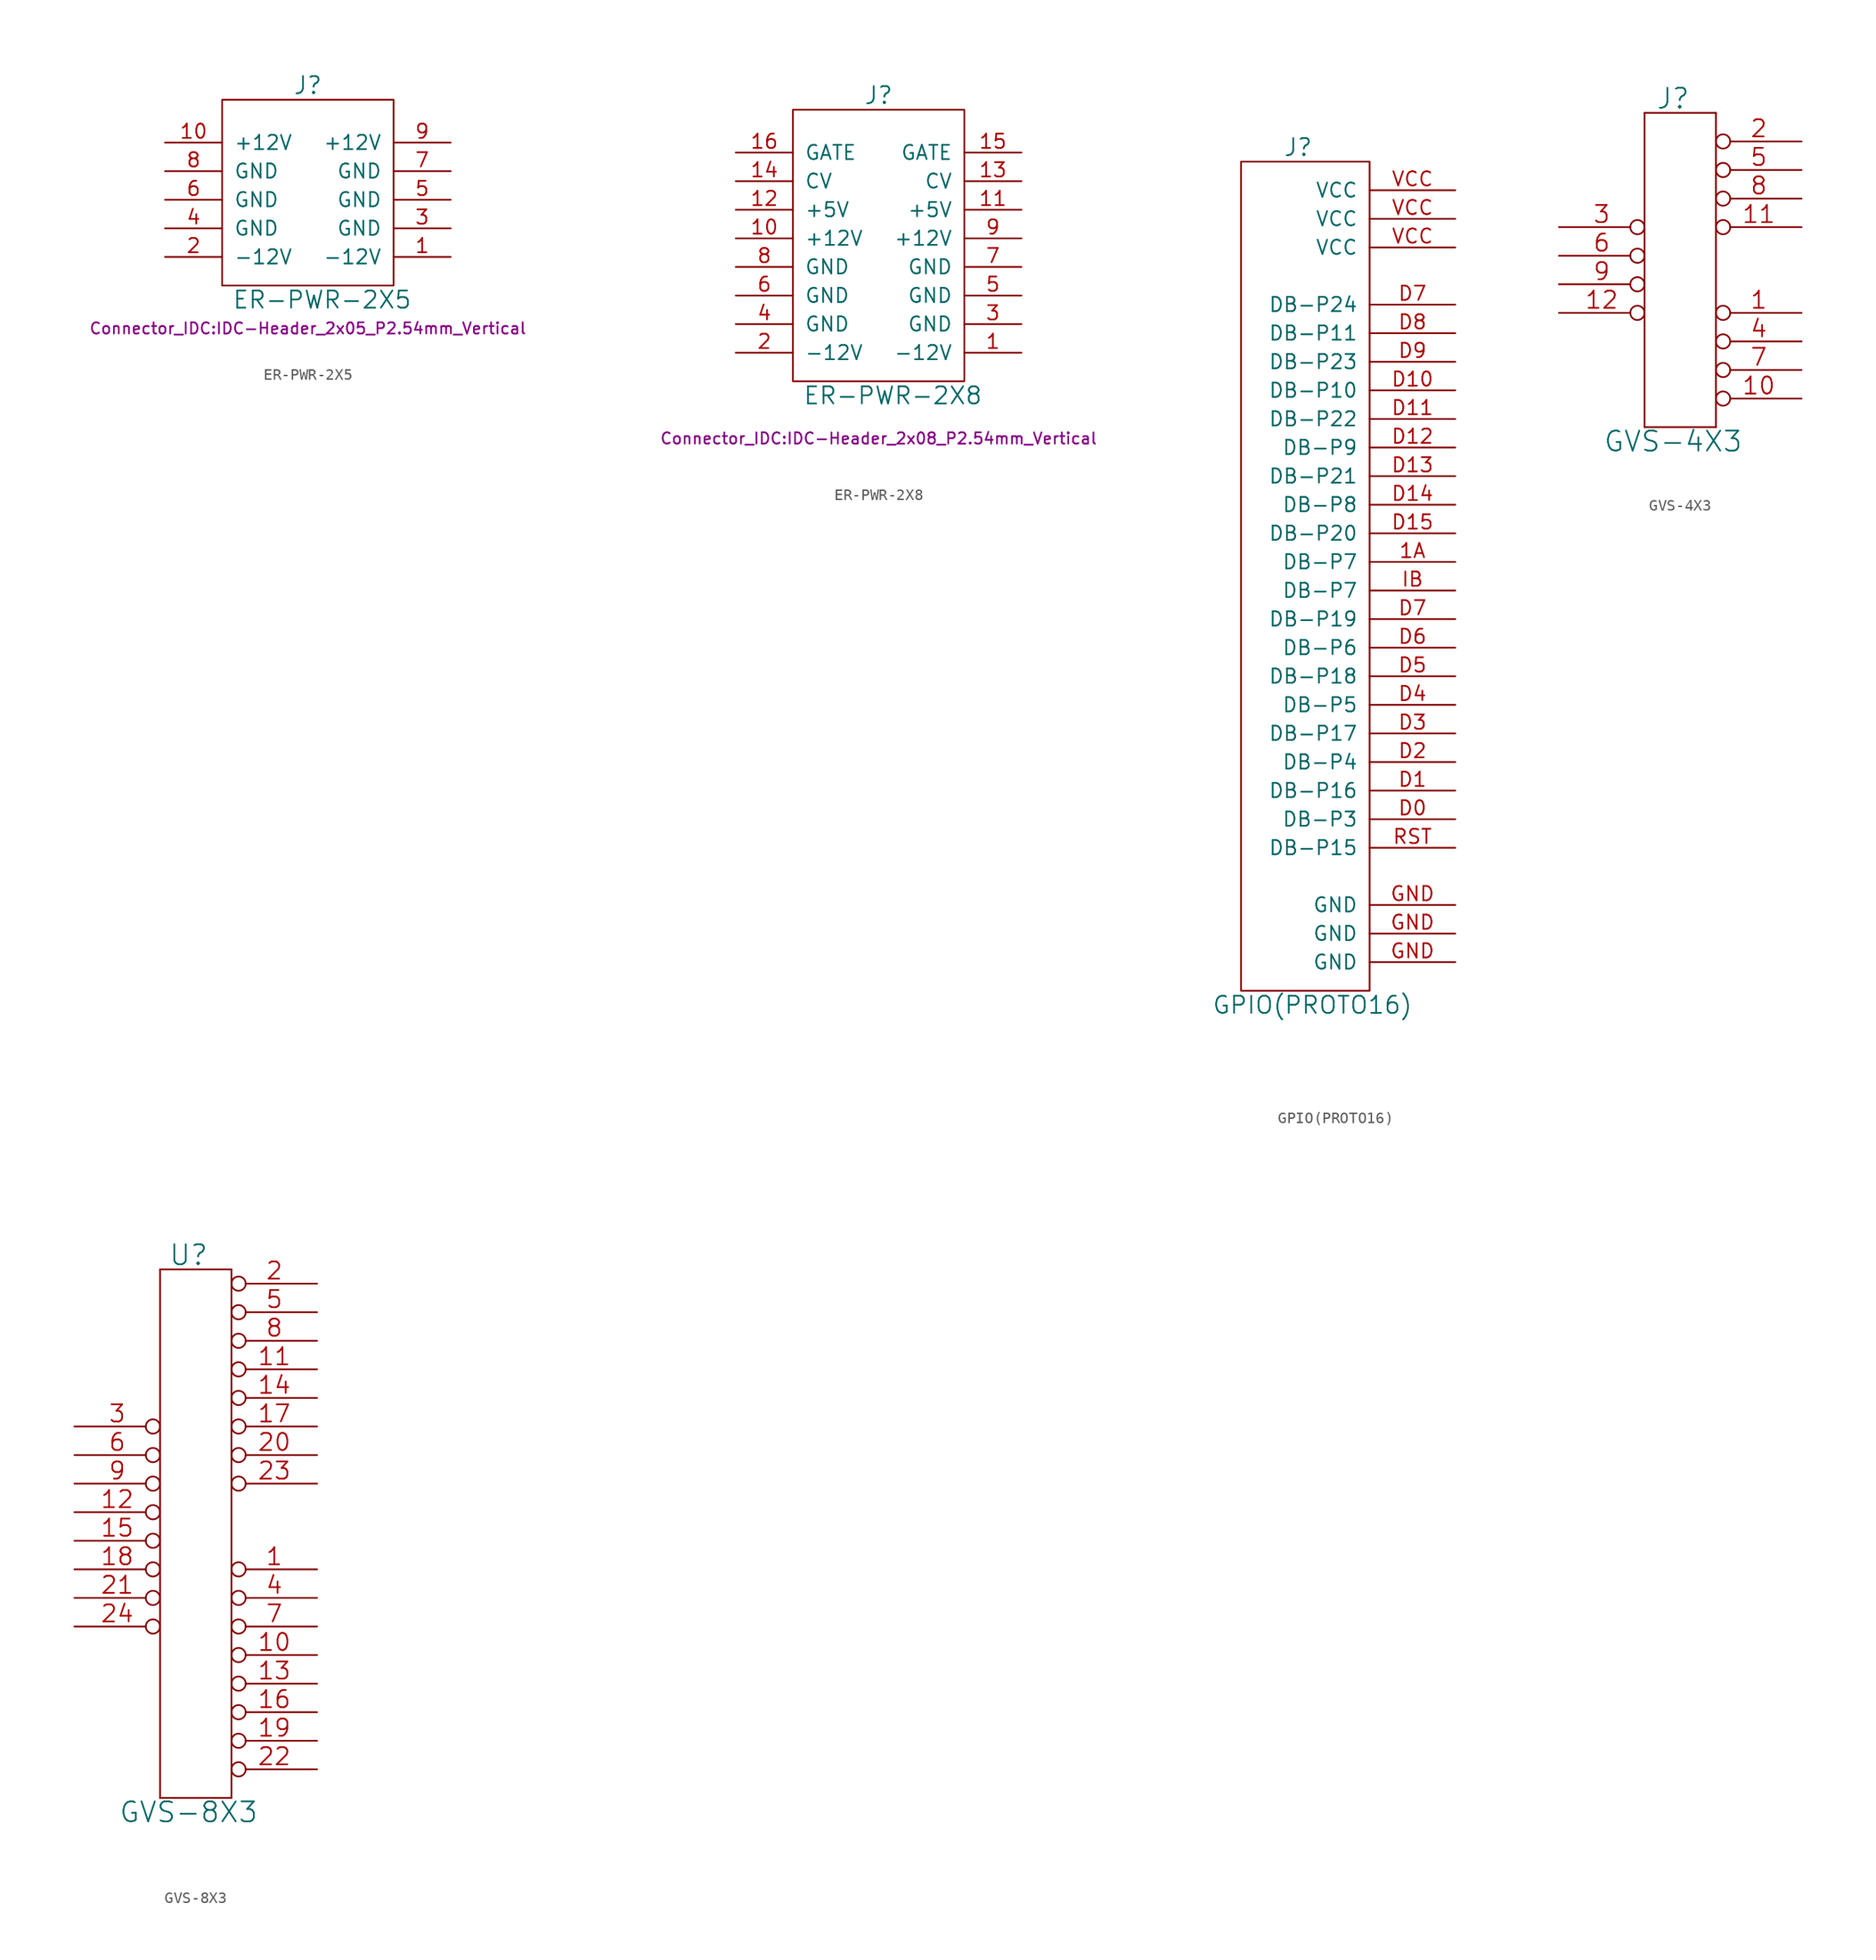
<source format=kicad_sym>
(kicad_symbol_lib
  (version 20211014)
  (generator kicad_symbol_editor)
  (symbol "ER-PWR-2X5"
    (pin_names
      (offset 1.016))
    (property "Reference" "J"
      (at 0 10.16 0)
      (effects (font (size 1.524 1.524))))
    (property "Value" "ER-PWR-2X5"
      (at 1.27 -8.89 0)
      (effects (font (size 1.524 1.524))))
    (property "Footprint" "Connector_IDC:IDC-Header_2x05_P2.54mm_Vertical"
      (at 0 -11.43 0)
      (effects (font (size 1 1))))
    (property "Datasheet" ""
      (at 1.27 -5.08 0)
      (effects (font (size 1.524 1.524))))
    (symbol "ER-PWR-2X5_0_1"
      (rectangle (start -7.62 8.89) (end 7.62 -7.62) (stroke (width 0) (type default) (color 0 0 0 0)) (fill (type none))))
    (symbol "ER-PWR-2X5_1_1"
      (pin power_out line (at 12.7 -5.08 180) (length 5.08) (name "-12V" (effects (font (size 1.27 1.27)))) (number "1" (effects (font (size 1.27 1.27)))))
      (pin power_out line (at -12.7 5.08 0) (length 5.08) (name "+12V" (effects (font (size 1.27 1.27)))) (number "10" (effects (font (size 1.27 1.27)))))
      (pin power_out line (at -12.7 -5.08 0) (length 5.08) (name "-12V" (effects (font (size 1.27 1.27)))) (number "2" (effects (font (size 1.27 1.27)))))
      (pin power_in line (at 12.7 -2.54 180) (length 5.08) (name "GND" (effects (font (size 1.27 1.27)))) (number "3" (effects (font (size 1.27 1.27)))))
      (pin power_out line (at -12.7 -2.54 0) (length 5.08) (name "GND" (effects (font (size 1.27 1.27)))) (number "4" (effects (font (size 1.27 1.27)))))
      (pin power_out line (at 12.7 0 180) (length 5.08) (name "GND" (effects (font (size 1.27 1.27)))) (number "5" (effects (font (size 1.27 1.27)))))
      (pin power_out line (at -12.7 0 0) (length 5.08) (name "GND" (effects (font (size 1.27 1.27)))) (number "6" (effects (font (size 1.27 1.27)))))
      (pin power_out line (at 12.7 2.54 180) (length 5.08) (name "GND" (effects (font (size 1.27 1.27)))) (number "7" (effects (font (size 1.27 1.27)))))
      (pin power_out line (at -12.7 2.54 0) (length 5.08) (name "GND" (effects (font (size 1.27 1.27)))) (number "8" (effects (font (size 1.27 1.27)))))
      (pin power_out line (at 12.7 5.08 180) (length 5.08) (name "+12V" (effects (font (size 1.27 1.27)))) (number "9" (effects (font (size 1.27 1.27)))))))
  (symbol "ER-PWR-2X8"
    (pin_names
      (offset 1.016))
    (property "Reference" "J"
      (at 0 13.97 0)
      (effects (font (size 1.524 1.524))))
    (property "Value" "ER-PWR-2X8"
      (at 1.27 -12.7 0)
      (effects (font (size 1.524 1.524))))
    (property "Footprint" "Connector_IDC:IDC-Header_2x08_P2.54mm_Vertical"
      (at 0 -16.51 0)
      (effects (font (size 1 1))))
    (property "Datasheet" ""
      (at 1.27 -8.89 0)
      (effects (font (size 1.524 1.524))))
    (symbol "ER-PWR-2X8_0_1"
      (rectangle (start -7.62 12.7) (end 7.62 -11.43) (stroke (width 0) (type default) (color 0 0 0 0)) (fill (type none))))
    (symbol "ER-PWR-2X8_1_1"
      (pin power_out line (at 12.7 -8.89 180) (length 5.08) (name "-12V" (effects (font (size 1.27 1.27)))) (number "1" (effects (font (size 1.27 1.27)))))
      (pin power_out line (at -12.7 1.27 0) (length 5.08) (name "+12V" (effects (font (size 1.27 1.27)))) (number "10" (effects (font (size 1.27 1.27)))))
      (pin power_out line (at 12.7 3.81 180) (length 5.08) (name "+5V" (effects (font (size 1.27 1.27)))) (number "11" (effects (font (size 1.27 1.27)))))
      (pin power_out line (at -12.7 3.81 0) (length 5.08) (name "+5V" (effects (font (size 1.27 1.27)))) (number "12" (effects (font (size 1.27 1.27)))))
      (pin bidirectional line (at 12.7 6.35 180) (length 5.08) (name "CV" (effects (font (size 1.27 1.27)))) (number "13" (effects (font (size 1.27 1.27)))))
      (pin bidirectional line (at -12.7 6.35 0) (length 5.08) (name "CV" (effects (font (size 1.27 1.27)))) (number "14" (effects (font (size 1.27 1.27)))))
      (pin bidirectional line (at 12.7 8.89 180) (length 5.08) (name "GATE" (effects (font (size 1.27 1.27)))) (number "15" (effects (font (size 1.27 1.27)))))
      (pin bidirectional line (at -12.7 8.89 0) (length 5.08) (name "GATE" (effects (font (size 1.27 1.27)))) (number "16" (effects (font (size 1.27 1.27)))))
      (pin power_out line (at -12.7 -8.89 0) (length 5.08) (name "-12V" (effects (font (size 1.27 1.27)))) (number "2" (effects (font (size 1.27 1.27)))))
      (pin power_in line (at 12.7 -6.35 180) (length 5.08) (name "GND" (effects (font (size 1.27 1.27)))) (number "3" (effects (font (size 1.27 1.27)))))
      (pin power_out line (at -12.7 -6.35 0) (length 5.08) (name "GND" (effects (font (size 1.27 1.27)))) (number "4" (effects (font (size 1.27 1.27)))))
      (pin power_out line (at 12.7 -3.81 180) (length 5.08) (name "GND" (effects (font (size 1.27 1.27)))) (number "5" (effects (font (size 1.27 1.27)))))
      (pin power_out line (at -12.7 -3.81 0) (length 5.08) (name "GND" (effects (font (size 1.27 1.27)))) (number "6" (effects (font (size 1.27 1.27)))))
      (pin power_out line (at 12.7 -1.27 180) (length 5.08) (name "GND" (effects (font (size 1.27 1.27)))) (number "7" (effects (font (size 1.27 1.27)))))
      (pin power_out line (at -12.7 -1.27 0) (length 5.08) (name "GND" (effects (font (size 1.27 1.27)))) (number "8" (effects (font (size 1.27 1.27)))))
      (pin power_out line (at 12.7 1.27 180) (length 5.08) (name "+12V" (effects (font (size 1.27 1.27)))) (number "9" (effects (font (size 1.27 1.27)))))))
  (symbol "GPIO(PROTO16)"
    (pin_names
      (offset 1.016))
    (property "Reference" "J"
      (at -1.27 38.1 0)
      (effects (font (size 1.524 1.524))))
    (property "Value" "GPIO(PROTO16)"
      (at 0 -38.1 0)
      (effects (font (size 1.524 1.524))))
    (property "Footprint" ""
      (at -1.27 -21.59 0)
      (effects (font (size 1.524 1.524))))
    (property "Datasheet" ""
      (at -1.27 -21.59 0)
      (effects (font (size 1.524 1.524))))
    (symbol "GPIO(PROTO16)_0_1"
      (rectangle (start -6.35 -36.83) (end 5.08 36.83) (stroke (width 0) (type default) (color 0 0 0 0)) (fill (type none))))
    (symbol "GPIO(PROTO16)_1_1"
      (pin input line (at 12.7 1.27 180) (length 7.62) (name "DB-P7" (effects (font (size 1.27 1.27)))) (number "1A" (effects (font (size 1.27 1.27)))))
      (pin power_out line (at 12.7 -21.59 180) (length 7.62) (name "DB-P3" (effects (font (size 1.27 1.27)))) (number "D0" (effects (font (size 1.27 1.27)))))
      (pin input line (at 12.7 -19.05 180) (length 7.62) (name "DB-P16" (effects (font (size 1.27 1.27)))) (number "D1" (effects (font (size 1.27 1.27)))))
      (pin input line (at 12.7 16.51 180) (length 7.62) (name "DB-P10" (effects (font (size 1.27 1.27)))) (number "D10" (effects (font (size 1.27 1.27)))))
      (pin bidirectional line (at 12.7 13.97 180) (length 7.62) (name "DB-P22" (effects (font (size 1.27 1.27)))) (number "D11" (effects (font (size 1.27 1.27)))))
      (pin input line (at 12.7 11.43 180) (length 7.62) (name "DB-P9" (effects (font (size 1.27 1.27)))) (number "D12" (effects (font (size 1.27 1.27)))))
      (pin input line (at 12.7 8.89 180) (length 7.62) (name "DB-P21" (effects (font (size 1.27 1.27)))) (number "D13" (effects (font (size 1.27 1.27)))))
      (pin input line (at 12.7 6.35 180) (length 7.62) (name "DB-P8" (effects (font (size 1.27 1.27)))) (number "D14" (effects (font (size 1.27 1.27)))))
      (pin input line (at 12.7 3.81 180) (length 7.62) (name "DB-P20" (effects (font (size 1.27 1.27)))) (number "D15" (effects (font (size 1.27 1.27)))))
      (pin power_out line (at 12.7 -16.51 180) (length 7.62) (name "DB-P4" (effects (font (size 1.27 1.27)))) (number "D2" (effects (font (size 1.27 1.27)))))
      (pin input line (at 12.7 -13.97 180) (length 7.62) (name "DB-P17" (effects (font (size 1.27 1.27)))) (number "D3" (effects (font (size 1.27 1.27)))))
      (pin power_out line (at 12.7 -11.43 180) (length 7.62) (name "DB-P5" (effects (font (size 1.27 1.27)))) (number "D4" (effects (font (size 1.27 1.27)))))
      (pin bidirectional line (at 12.7 -8.89 180) (length 7.62) (name "DB-P18" (effects (font (size 1.27 1.27)))) (number "D5" (effects (font (size 1.27 1.27)))))
      (pin power_out line (at 12.7 -6.35 180) (length 7.62) (name "DB-P6" (effects (font (size 1.27 1.27)))) (number "D6" (effects (font (size 1.27 1.27)))))
      (pin input line (at 12.7 -3.81 180) (length 7.62) (name "DB-P19" (effects (font (size 1.27 1.27)))) (number "D7" (effects (font (size 1.27 1.27)))))
      (pin input line (at 12.7 24.13 180) (length 7.62) (name "DB-P24" (effects (font (size 1.27 1.27)))) (number "D7" (effects (font (size 1.27 1.27)))))
      (pin input line (at 12.7 21.59 180) (length 7.62) (name "DB-P11" (effects (font (size 1.27 1.27)))) (number "D8" (effects (font (size 1.27 1.27)))))
      (pin input line (at 12.7 19.05 180) (length 7.62) (name "DB-P23" (effects (font (size 1.27 1.27)))) (number "D9" (effects (font (size 1.27 1.27)))))
      (pin input line (at 12.7 -34.29 180) (length 7.62) (name "GND" (effects (font (size 1.27 1.27)))) (number "GND" (effects (font (size 1.27 1.27)))))
      (pin input line (at 12.7 -31.75 180) (length 7.62) (name "GND" (effects (font (size 1.27 1.27)))) (number "GND" (effects (font (size 1.27 1.27)))))
      (pin input line (at 12.7 -29.21 180) (length 7.62) (name "GND" (effects (font (size 1.27 1.27)))) (number "GND" (effects (font (size 1.27 1.27)))))
      (pin input line (at 12.7 -1.27 180) (length 7.62) (name "DB-P7" (effects (font (size 1.27 1.27)))) (number "IB" (effects (font (size 1.27 1.27)))))
      (pin input line (at 12.7 -24.13 180) (length 7.62) (name "DB-P15" (effects (font (size 1.27 1.27)))) (number "RST" (effects (font (size 1.27 1.27)))))
      (pin input line (at 12.7 29.21 180) (length 7.62) (name "VCC" (effects (font (size 1.27 1.27)))) (number "VCC" (effects (font (size 1.27 1.27)))))
      (pin input line (at 12.7 31.75 180) (length 7.62) (name "VCC" (effects (font (size 1.27 1.27)))) (number "VCC" (effects (font (size 1.27 1.27)))))
      (pin input line (at 12.7 34.29 180) (length 7.62) (name "VCC" (effects (font (size 1.27 1.27)))) (number "VCC" (effects (font (size 1.27 1.27)))))))
  (symbol "GVS-4X3"
    (pin_names
      (offset 1.016) hide)
    (property "Reference" "J"
      (at 0 15.24 0)
      (effects (font (size 1.778 1.778))))
    (property "Value" "GVS-4X3"
      (at 0 -15.24 0)
      (effects (font (size 1.778 1.778))))
    (property "Footprint" ""
      (at -1.27 0 0)
      (effects (font (size 1.524 1.524))))
    (property "Datasheet" ""
      (at -1.27 0 0)
      (effects (font (size 1.524 1.524))))
    (symbol "GVS-4X3_0_1"
      (polyline (pts (xy -2.54 -13.97) (xy 3.81 -13.97)) (stroke (width 0) (type default) (color 0 0 0 0)) (fill (type none)))
      (polyline (pts (xy -2.54 13.97) (xy -2.54 -13.97)) (stroke (width 0) (type default) (color 0 0 0 0)) (fill (type none)))
      (polyline (pts (xy 3.81 -13.97) (xy 3.81 13.97)) (stroke (width 0) (type default) (color 0 0 0 0)) (fill (type none)))
      (polyline (pts (xy 3.81 13.97) (xy -2.54 13.97)) (stroke (width 0) (type default) (color 0 0 0 0)) (fill (type none))))
    (symbol "GVS-4X3_1_1"
      (pin passive inverted (at 11.43 -3.81 180) (length 7.62) (name "G" (effects (font (size 1.524 1.524)))) (number "1" (effects (font (size 1.524 1.524)))))
      (pin passive inverted (at 11.43 -11.43 180) (length 7.62) (name "10" (effects (font (size 1.524 1.524)))) (number "10" (effects (font (size 1.524 1.524)))))
      (pin passive inverted (at 11.43 3.81 180) (length 7.62) (name "11" (effects (font (size 1.524 1.524)))) (number "11" (effects (font (size 1.524 1.524)))))
      (pin passive inverted (at -10.16 -3.81 0) (length 7.62) (name "12" (effects (font (size 1.524 1.524)))) (number "12" (effects (font (size 1.524 1.524)))))
      (pin passive inverted (at 11.43 11.43 180) (length 7.62) (name "V" (effects (font (size 1.524 1.524)))) (number "2" (effects (font (size 1.524 1.524)))))
      (pin passive inverted (at -10.16 3.81 0) (length 7.62) (name "3" (effects (font (size 1.524 1.524)))) (number "3" (effects (font (size 1.524 1.524)))))
      (pin passive inverted (at 11.43 -6.35 180) (length 7.62) (name "4" (effects (font (size 1.524 1.524)))) (number "4" (effects (font (size 1.524 1.524)))))
      (pin passive inverted (at 11.43 8.89 180) (length 7.62) (name "5" (effects (font (size 1.524 1.524)))) (number "5" (effects (font (size 1.524 1.524)))))
      (pin passive inverted (at -10.16 1.27 0) (length 7.62) (name "6" (effects (font (size 1.524 1.524)))) (number "6" (effects (font (size 1.524 1.524)))))
      (pin passive inverted (at 11.43 -8.89 180) (length 7.62) (name "7" (effects (font (size 1.524 1.524)))) (number "7" (effects (font (size 1.524 1.524)))))
      (pin passive inverted (at 11.43 6.35 180) (length 7.62) (name "8" (effects (font (size 1.524 1.524)))) (number "8" (effects (font (size 1.524 1.524)))))
      (pin passive inverted (at -10.16 -1.27 0) (length 7.62) (name "9" (effects (font (size 1.524 1.524)))) (number "9" (effects (font (size 1.524 1.524)))))))
  (symbol "GVS-8X3"
    (pin_names
      (offset 1.016) hide)
    (property "Reference" "U"
      (at 1.27 24.13 0)
      (effects (font (size 1.778 1.778))))
    (property "Value" "GVS-8X3"
      (at 1.27 -25.4 0)
      (effects (font (size 1.778 1.778))))
    (property "Footprint" ""
      (at 0 0 0)
      (effects (font (size 1.524 1.524))))
    (property "Datasheet" ""
      (at 0 0 0)
      (effects (font (size 1.524 1.524))))
    (symbol "GVS-8X3_0_1"
      (polyline (pts (xy -1.27 -24.13) (xy 5.08 -24.13)) (stroke (width 0) (type default) (color 0 0 0 0)) (fill (type none)))
      (polyline (pts (xy -1.27 22.86) (xy -1.27 -24.13)) (stroke (width 0) (type default) (color 0 0 0 0)) (fill (type none)))
      (polyline (pts (xy 5.08 -24.13) (xy 5.08 22.86)) (stroke (width 0) (type default) (color 0 0 0 0)) (fill (type none)))
      (polyline (pts (xy 5.08 22.86) (xy -1.27 22.86)) (stroke (width 0) (type default) (color 0 0 0 0)) (fill (type none))))
    (symbol "GVS-8X3_1_1"
      (pin passive inverted (at 12.7 -3.81 180) (length 7.62) (name "G" (effects (font (size 1.524 1.524)))) (number "1" (effects (font (size 1.524 1.524)))))
      (pin passive inverted (at 12.7 -11.43 180) (length 7.62) (name "10" (effects (font (size 1.524 1.524)))) (number "10" (effects (font (size 1.524 1.524)))))
      (pin passive inverted (at 12.7 13.97 180) (length 7.62) (name "11" (effects (font (size 1.524 1.524)))) (number "11" (effects (font (size 1.524 1.524)))))
      (pin passive inverted (at -8.89 1.27 0) (length 7.62) (name "12" (effects (font (size 1.524 1.524)))) (number "12" (effects (font (size 1.524 1.524)))))
      (pin passive inverted (at 12.7 -13.97 180) (length 7.62) (name "13" (effects (font (size 1.524 1.524)))) (number "13" (effects (font (size 1.524 1.524)))))
      (pin passive inverted (at 12.7 11.43 180) (length 7.62) (name "14" (effects (font (size 1.524 1.524)))) (number "14" (effects (font (size 1.524 1.524)))))
      (pin passive inverted (at -8.89 -1.27 0) (length 7.62) (name "15" (effects (font (size 1.524 1.524)))) (number "15" (effects (font (size 1.524 1.524)))))
      (pin passive inverted (at 12.7 -16.51 180) (length 7.62) (name "16" (effects (font (size 1.524 1.524)))) (number "16" (effects (font (size 1.524 1.524)))))
      (pin passive inverted (at 12.7 8.89 180) (length 7.62) (name "17" (effects (font (size 1.524 1.524)))) (number "17" (effects (font (size 1.524 1.524)))))
      (pin passive inverted (at -8.89 -3.81 0) (length 7.62) (name "18" (effects (font (size 1.524 1.524)))) (number "18" (effects (font (size 1.524 1.524)))))
      (pin passive inverted (at 12.7 -19.05 180) (length 7.62) (name "19" (effects (font (size 1.524 1.524)))) (number "19" (effects (font (size 1.524 1.524)))))
      (pin passive inverted (at 12.7 21.59 180) (length 7.62) (name "V" (effects (font (size 1.524 1.524)))) (number "2" (effects (font (size 1.524 1.524)))))
      (pin passive inverted (at 12.7 6.35 180) (length 7.62) (name "20" (effects (font (size 1.524 1.524)))) (number "20" (effects (font (size 1.524 1.524)))))
      (pin passive inverted (at -8.89 -6.35 0) (length 7.62) (name "21" (effects (font (size 1.524 1.524)))) (number "21" (effects (font (size 1.524 1.524)))))
      (pin passive inverted (at 12.7 -21.59 180) (length 7.62) (name "22" (effects (font (size 1.524 1.524)))) (number "22" (effects (font (size 1.524 1.524)))))
      (pin passive inverted (at 12.7 3.81 180) (length 7.62) (name "23" (effects (font (size 1.524 1.524)))) (number "23" (effects (font (size 1.524 1.524)))))
      (pin passive inverted (at -8.89 -8.89 0) (length 7.62) (name "24" (effects (font (size 1.524 1.524)))) (number "24" (effects (font (size 1.524 1.524)))))
      (pin passive inverted (at -8.89 8.89 0) (length 7.62) (name "3" (effects (font (size 1.524 1.524)))) (number "3" (effects (font (size 1.524 1.524)))))
      (pin passive inverted (at 12.7 -6.35 180) (length 7.62) (name "4" (effects (font (size 1.524 1.524)))) (number "4" (effects (font (size 1.524 1.524)))))
      (pin passive inverted (at 12.7 19.05 180) (length 7.62) (name "5" (effects (font (size 1.524 1.524)))) (number "5" (effects (font (size 1.524 1.524)))))
      (pin passive inverted (at -8.89 6.35 0) (length 7.62) (name "6" (effects (font (size 1.524 1.524)))) (number "6" (effects (font (size 1.524 1.524)))))
      (pin passive inverted (at 12.7 -8.89 180) (length 7.62) (name "7" (effects (font (size 1.524 1.524)))) (number "7" (effects (font (size 1.524 1.524)))))
      (pin passive inverted (at 12.7 16.51 180) (length 7.62) (name "8" (effects (font (size 1.524 1.524)))) (number "8" (effects (font (size 1.524 1.524)))))
      (pin passive inverted (at -8.89 3.81 0) (length 7.62) (name "9" (effects (font (size 1.524 1.524)))) (number "9" (effects (font (size 1.524 1.524))))))))
</source>
